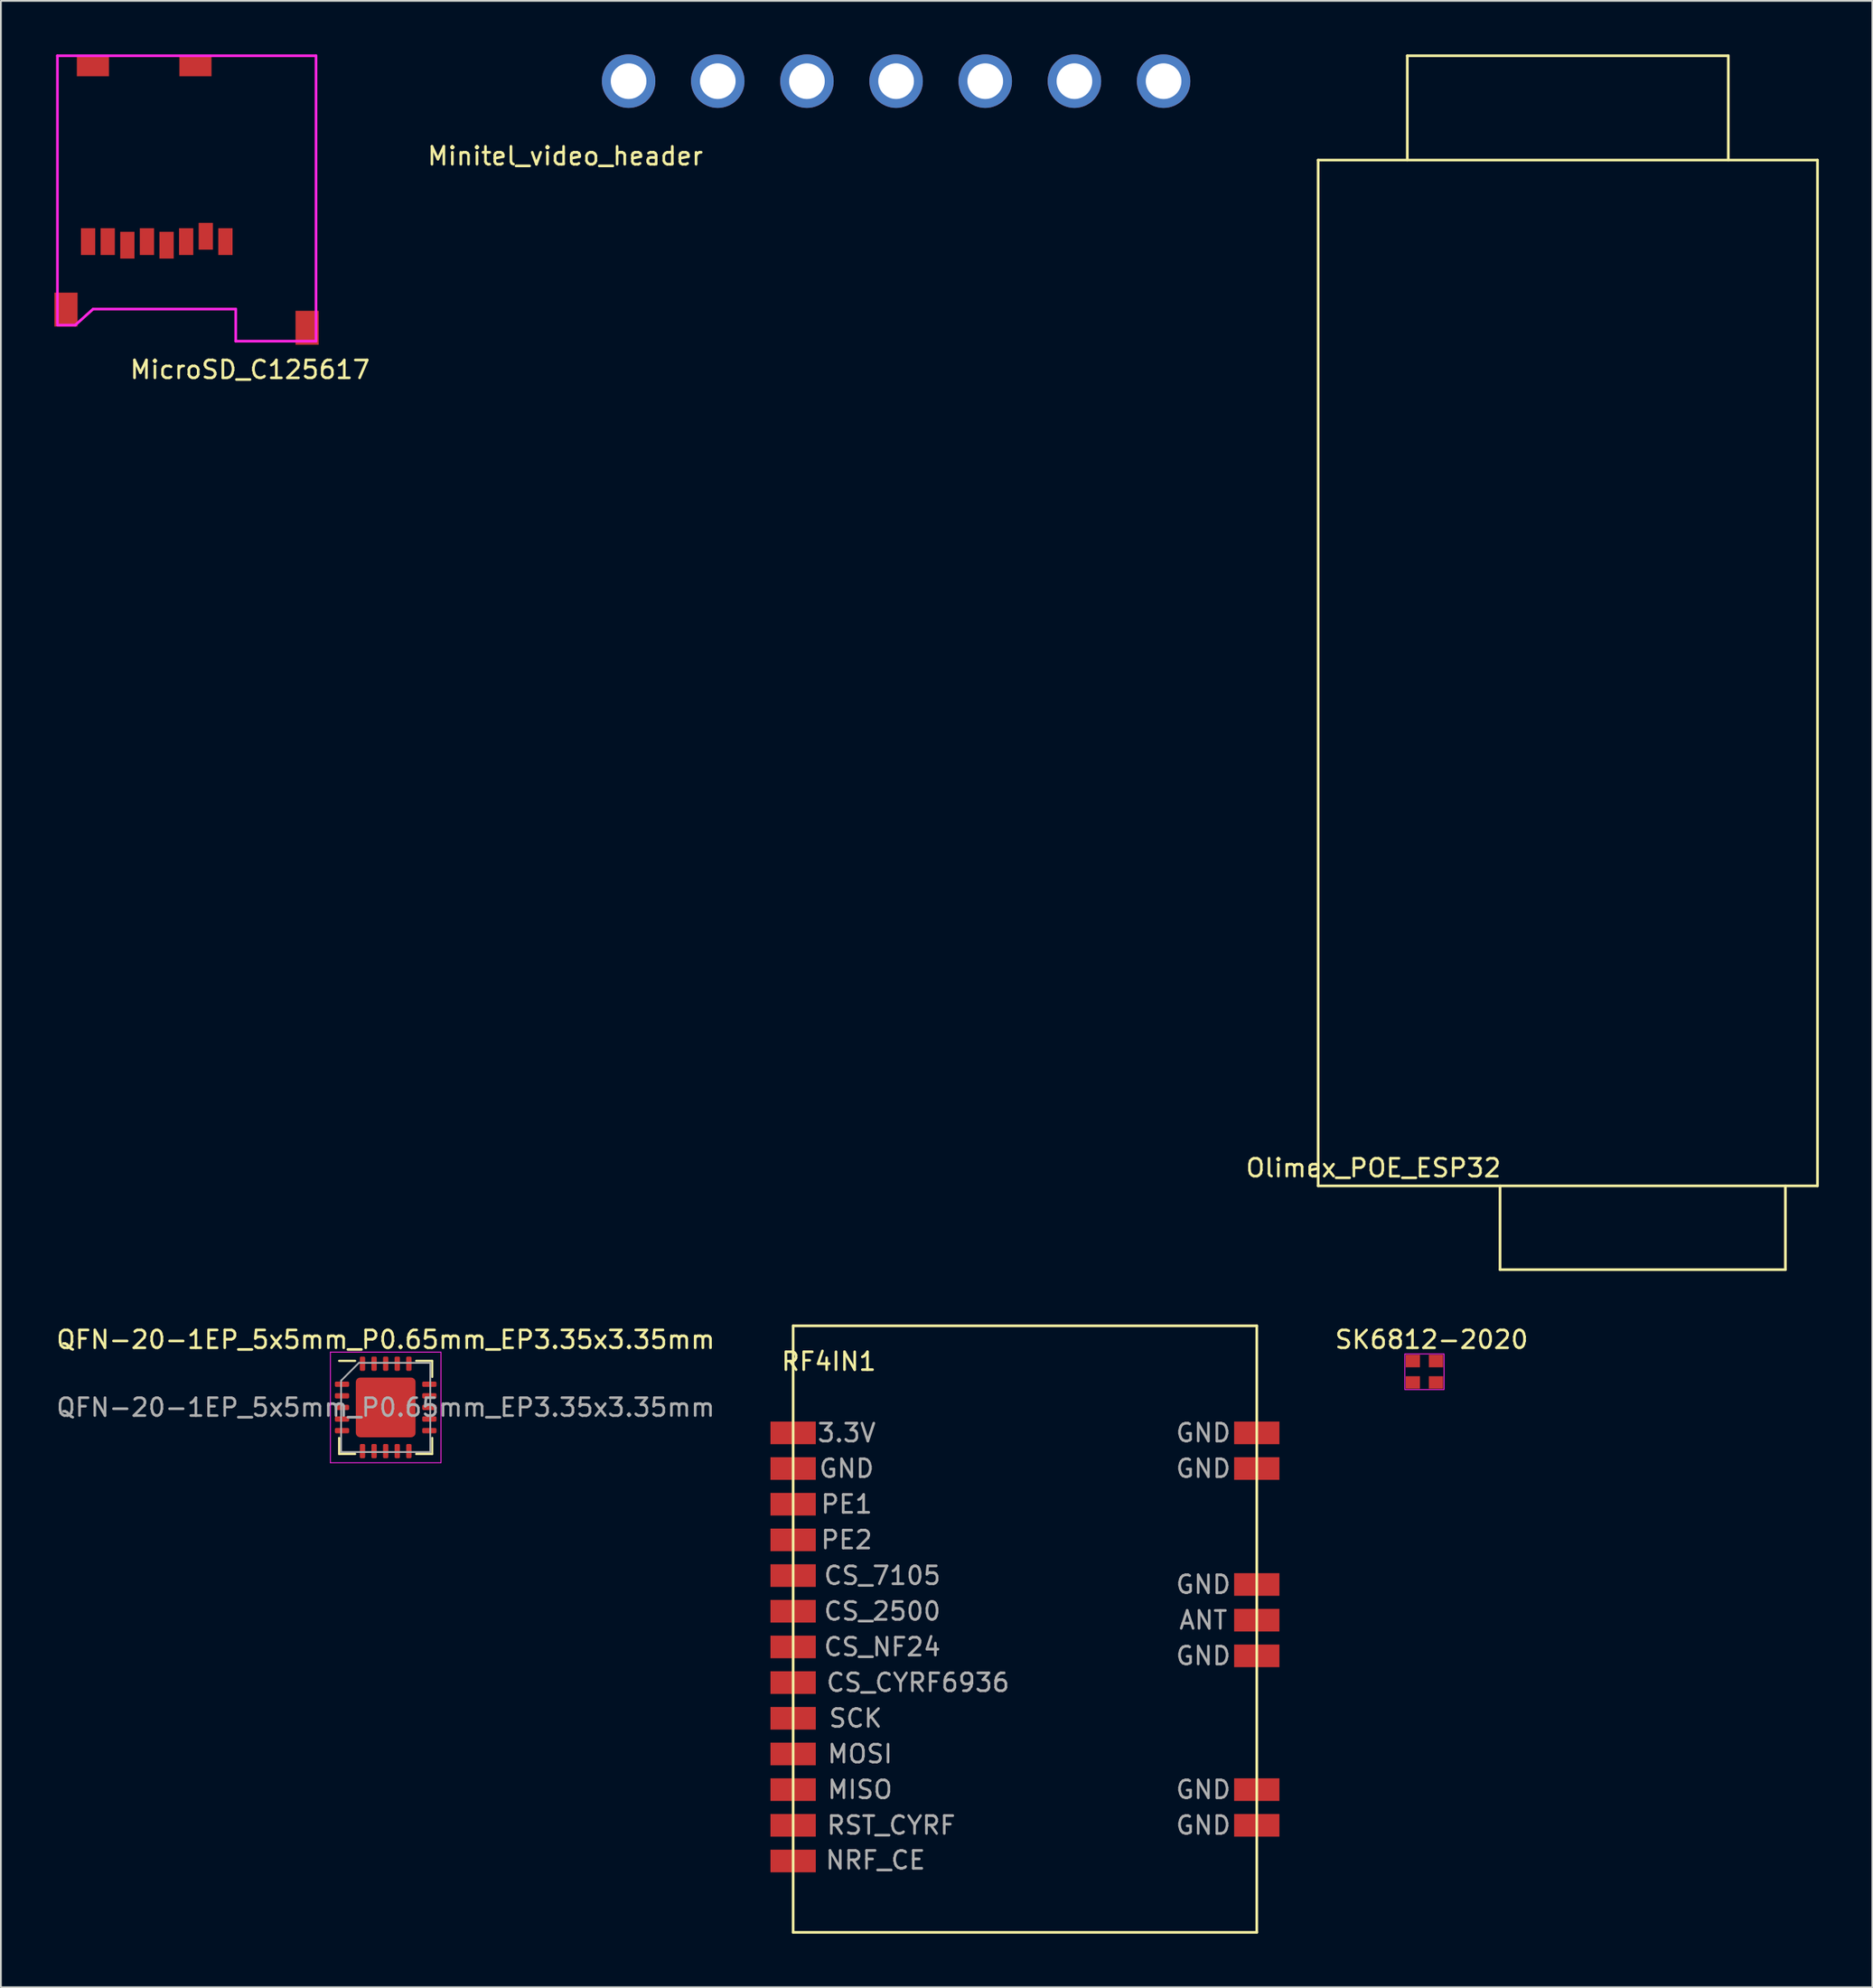
<source format=kicad_pcb>
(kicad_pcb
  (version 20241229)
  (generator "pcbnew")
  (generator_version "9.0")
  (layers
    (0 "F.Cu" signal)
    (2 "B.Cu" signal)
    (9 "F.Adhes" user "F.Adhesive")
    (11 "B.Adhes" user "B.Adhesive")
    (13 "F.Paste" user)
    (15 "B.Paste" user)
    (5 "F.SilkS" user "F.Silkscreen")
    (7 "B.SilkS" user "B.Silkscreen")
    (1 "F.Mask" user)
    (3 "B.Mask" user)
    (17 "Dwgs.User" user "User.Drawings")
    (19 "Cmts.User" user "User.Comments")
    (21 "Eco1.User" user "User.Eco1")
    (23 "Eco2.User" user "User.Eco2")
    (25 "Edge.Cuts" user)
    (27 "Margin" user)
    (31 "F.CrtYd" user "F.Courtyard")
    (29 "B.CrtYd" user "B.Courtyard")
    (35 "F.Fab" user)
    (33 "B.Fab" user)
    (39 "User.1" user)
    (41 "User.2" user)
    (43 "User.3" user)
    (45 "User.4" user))
  (footprint "Minitel_video_header"
    (layer "F.Cu")
    (at 32.199 1.5)
    (property "Reference" "Minitel_video_header" (at -3.55 4.2 0) (layer "F.SilkS") (effects (font (size 1 1) (thickness 0.15))))
    (attr through_hole)
    (pad "1" thru_hole circle (at 0 0) (size 3 3) (drill 2) (layers "*.Cu" "*.Mask"))
    (pad "2" thru_hole circle (at 5 0) (size 3 3) (drill 2) (layers "*.Cu" "*.Mask"))
    (pad "3" thru_hole circle (at 10 0) (size 3 3) (drill 2) (layers "*.Cu" "*.Mask"))
    (pad "4" thru_hole circle (at 15 0) (size 3 3) (drill 2) (layers "*.Cu" "*.Mask"))
    (pad "5" thru_hole circle (at 20 0) (size 3 3) (drill 2) (layers "*.Cu" "*.Mask"))
    (pad "6" thru_hole circle (at 25 0) (size 3 3) (drill 2) (layers "*.Cu" "*.Mask"))
    (pad "7" thru_hole circle (at 30 0) (size 3 3) (drill 2) (layers "*.Cu" "*.Mask")))
  (footprint "RF4IN1"
    (layer "F.Cu")
    (at 54.425 88.275)
    (property "Reference" "RF4IN1" (at -11 -15 0) (layer "F.SilkS") (effects (font (size 1 1) (thickness 0.15))))
    (attr through_hole)
    (fp_line (start -13 -17) (end 13 -17) (stroke (width 0.15) (type solid)) (layer "F.SilkS"))
    (fp_line (start -13 17) (end -13 -17) (stroke (width 0.15) (type solid)) (layer "F.SilkS"))
    (fp_line (start 13 -17) (end 13 17) (stroke (width 0.15) (type solid)) (layer "F.SilkS"))
    (fp_line (start 13 17) (end -13 17) (stroke (width 0.15) (type solid)) (layer "F.SilkS"))
    (fp_text user "GND" (at 10 1.5 0) (layer "F.Fab") (effects (font (size 1 1) (thickness 0.15))))
    (fp_text user "RST_CYRF" (at -7.5 11 0) (layer "F.Fab") (effects (font (size 1 1) (thickness 0.15))))
    (fp_text user "ANT" (at 10 -0.5 0) (layer "F.Fab") (effects (font (size 1 1) (thickness 0.15))))
    (fp_text user "MISO" (at -9.25 9 0) (layer "F.Fab") (effects (font (size 1 1) (thickness 0.15))))
    (fp_text user "CS_7105" (at -8 -3 0) (layer "F.Fab") (effects (font (size 1 1) (thickness 0.15))))
    (fp_text user "PE2" (at -10 -5 0) (layer "F.Fab") (effects (font (size 1 1) (thickness 0.15))))
    (fp_text user "3.3V" (at -10 -11 0) (layer "F.Fab") (effects (font (size 1 1) (thickness 0.15))))
    (fp_text user "GND" (at 10 -11 0) (layer "F.Fab") (effects (font (size 1 1) (thickness 0.15))))
    (fp_text user "CS_CYRF6936" (at -6 3 0) (layer "F.Fab") (effects (font (size 1 1) (thickness 0.15))))
    (fp_text user "GND" (at 10 9 0) (layer "F.Fab") (effects (font (size 1 1) (thickness 0.15))))
    (fp_text user "GND" (at 10 11 0) (layer "F.Fab") (effects (font (size 1 1) (thickness 0.15))))
    (fp_text user "GND" (at 10 -9 0) (layer "F.Fab") (effects (font (size 1 1) (thickness 0.15))))
    (fp_text user "SCK" (at -9.5 5 0) (layer "F.Fab") (effects (font (size 1 1) (thickness 0.15))))
    (fp_text user "CS_NF24" (at -8 1 0) (layer "F.Fab") (effects (font (size 1 1) (thickness 0.15))))
    (fp_text user "PE1" (at -10 -7 0) (layer "F.Fab") (effects (font (size 1 1) (thickness 0.15))))
    (fp_text user "GND" (at 10 -2.5 0) (layer "F.Fab") (effects (font (size 1 1) (thickness 0.15))))
    (fp_text user "MOSI" (at -9.25 7 0) (layer "F.Fab") (effects (font (size 1 1) (thickness 0.15))))
    (fp_text user "GND" (at -10 -9 0) (layer "F.Fab") (effects (font (size 1 1) (thickness 0.15))))
    (fp_text user "NRF_CE" (at -8.382 12.954 0) (layer "F.Fab") (effects (font (size 1 1) (thickness 0.15))))
    (fp_text user "CS_2500" (at -8 -1 0) (layer "F.Fab") (effects (font (size 1 1) (thickness 0.15))))
    (pad "1" smd rect (at -13 -11) (size 2.54 1.27) (layers "F.Cu" "F.Mask" "F.Paste"))
    (pad "2" smd rect (at -13 -9) (size 2.54 1.27) (layers "F.Cu" "F.Mask" "F.Paste"))
    (pad "3" smd rect (at -13 -7) (size 2.54 1.27) (layers "F.Cu" "F.Mask" "F.Paste"))
    (pad "4" smd rect (at -13 -5) (size 2.54 1.27) (layers "F.Cu" "F.Mask" "F.Paste"))
    (pad "5" smd rect (at -13 -3) (size 2.54 1.27) (layers "F.Cu" "F.Mask" "F.Paste"))
    (pad "6" smd rect (at -13 -1) (size 2.54 1.27) (layers "F.Cu" "F.Mask" "F.Paste"))
    (pad "7" smd rect (at -13 1) (size 2.54 1.27) (layers "F.Cu" "F.Mask" "F.Paste"))
    (pad "8" smd rect (at -13 3) (size 2.54 1.27) (layers "F.Cu" "F.Mask" "F.Paste"))
    (pad "9" smd rect (at -13 5) (size 2.54 1.27) (layers "F.Cu" "F.Mask" "F.Paste"))
    (pad "10" smd rect (at -13 7) (size 2.54 1.27) (layers "F.Cu" "F.Mask" "F.Paste"))
    (pad "11" smd rect (at -13 9) (size 2.54 1.27) (layers "F.Cu" "F.Mask" "F.Paste"))
    (pad "12" smd rect (at -13 11) (size 2.54 1.27) (layers "F.Cu" "F.Mask" "F.Paste"))
    (pad "13" smd rect (at 13 -11) (size 2.54 1.27) (layers "F.Cu" "F.Mask" "F.Paste"))
    (pad "14" smd rect (at 13 -9) (size 2.54 1.27) (layers "F.Cu" "F.Mask" "F.Paste"))
    (pad "15" smd rect (at 13 -2.5) (size 2.54 1.27) (layers "F.Cu" "F.Mask" "F.Paste"))
    (pad "16" smd rect (at 13 -0.5) (size 2.54 1.27) (layers "F.Cu" "F.Mask" "F.Paste"))
    (pad "17" smd rect (at 13 1.5) (size 2.54 1.27) (layers "F.Cu" "F.Mask" "F.Paste"))
    (pad "18" smd rect (at 13 9) (size 2.54 1.27) (layers "F.Cu" "F.Mask" "F.Paste"))
    (pad "19" smd rect (at 13 11) (size 2.54 1.27) (layers "F.Cu" "F.Mask" "F.Paste"))
    (pad "20" smd rect (at -13 13) (size 2.54 1.27) (layers "F.Cu" "F.Mask" "F.Paste")))
  (footprint "SK6812-2020"
    (layer "F.Cu")
    (at 76.825 73.848)
    (property "Reference" "SK6812-2020" (at 0.4 -1.8 0) (unlocked yes) (layer "F.SilkS") (effects (font (size 1 1) (thickness 0.15))))
    (fp_rect (start -1.1 -1) (end 1.1 1) (stroke (width 0.05) (type solid)) (fill no) (layer "F.CrtYd"))
    (pad "1" smd rect (at 0.65 0.6) (size 0.8 0.7) (layers "F.Cu" "F.Mask" "F.Paste"))
    (pad "2" smd rect (at 0.65 -0.6) (size 0.8 0.7) (layers "F.Cu" "F.Mask" "F.Paste"))
    (pad "3" smd rect (at -0.65 -0.6) (size 0.8 0.7) (layers "F.Cu" "F.Mask" "F.Paste"))
    (pad "4" smd rect (at -0.65 0.6) (size 0.8 0.7) (layers "F.Cu" "F.Mask" "F.Paste")))
  (footprint "Olimex_POE_ESP32"
    (layer "F.Cu")
    (at 84.866 34.675)
    (property "Reference" "Olimex_POE_ESP32" (at -10.9 27.75 0) (layer "F.SilkS") (effects (font (size 1 1) (thickness 0.15))))
    (attr through_hole)
    (fp_line (start -14 -28.752) (end -14 28.752) (stroke (width 0.15) (type solid)) (layer "F.SilkS"))
    (fp_line (start -14 -28.752) (end 14 -28.752) (stroke (width 0.15) (type solid)) (layer "F.SilkS"))
    (fp_line (start -14 28.752) (end 14 28.752) (stroke (width 0.15) (type solid)) (layer "F.SilkS"))
    (fp_line (start -9 -34.6) (end 9 -34.6) (stroke (width 0.15) (type solid)) (layer "F.SilkS"))
    (fp_line (start -9 -28.75) (end -9 -34.6) (stroke (width 0.15) (type solid)) (layer "F.SilkS"))
    (fp_line (start -3.8 33.45) (end -3.8 28.75) (stroke (width 0.15) (type solid)) (layer "F.SilkS"))
    (fp_line (start 9 -34.6) (end 9 -28.75) (stroke (width 0.15) (type solid)) (layer "F.SilkS"))
    (fp_line (start 12.2 33.45) (end -3.8 33.45) (stroke (width 0.15) (type solid)) (layer "F.SilkS"))
    (fp_line (start 12.2 33.45) (end 12.2 28.75) (stroke (width 0.15) (type solid)) (layer "F.SilkS"))
    (fp_line (start 14 -28.752) (end 14 28.752) (stroke (width 0.15) (type solid)) (layer "F.SilkS")))
  (footprint "MicroSD_C125617"
    (layer "F.Cu")
    (at 14.17 16.275)
    (property "Reference" "MicroSD_C125617" (at -3.2 1.4 0) (layer "F.SilkS") (effects (font (size 1 1) (thickness 0.15))))
    (attr through_hole)
    (fp_line (start -14 -16.2) (end -14 -1.2) (stroke (width 0.15) (type solid)) (layer "F.CrtYd"))
    (fp_line (start -14 -1.1) (end -13 -1.1) (stroke (width 0.15) (type solid)) (layer "F.CrtYd"))
    (fp_line (start -13 -1.1) (end -12 -2) (stroke (width 0.15) (type solid)) (layer "F.CrtYd"))
    (fp_line (start -12 -2) (end -4 -2) (stroke (width 0.15) (type solid)) (layer "F.CrtYd"))
    (fp_line (start -4 -2) (end -4 -0.2) (stroke (width 0.15) (type solid)) (layer "F.CrtYd"))
    (fp_line (start -4 -0.2) (end 0.5 -0.2) (stroke (width 0.15) (type solid)) (layer "F.CrtYd"))
    (fp_line (start 0.5 -16.2) (end -14 -16.2) (stroke (width 0.15) (type solid)) (layer "F.CrtYd"))
    (fp_line (start 0.5 -0.2) (end 0.5 -16.2) (stroke (width 0.15) (type solid)) (layer "F.CrtYd"))
    (pad "1" smd rect (at -4.58 -5.78) (size 0.8 1.5) (layers "F.Cu" "F.Mask" "F.Paste"))
    (pad "2" smd rect (at -5.68 -6.08) (size 0.8 1.5) (layers "F.Cu" "F.Mask" "F.Paste"))
    (pad "3" smd rect (at -6.78 -5.78) (size 0.8 1.5) (layers "F.Cu" "F.Mask" "F.Paste"))
    (pad "4" smd rect (at -7.88 -5.58) (size 0.8 1.5) (layers "F.Cu" "F.Mask" "F.Paste"))
    (pad "5" smd rect (at -8.98 -5.78) (size 0.8 1.5) (layers "F.Cu" "F.Mask" "F.Paste"))
    (pad "6" smd rect (at -10.08 -5.58) (size 0.8 1.5) (layers "F.Cu" "F.Mask" "F.Paste"))
    (pad "7" smd rect (at -11.18 -5.78) (size 0.8 1.5) (layers "F.Cu" "F.Mask" "F.Paste"))
    (pad "8" smd rect (at -12.28 -5.78) (size 0.8 1.5) (layers "F.Cu" "F.Mask" "F.Paste"))
    (pad "9" smd rect (at -13.52 -1.97) (size 1.3 1.9) (layers "F.Cu" "F.Mask" "F.Paste"))
    (pad "9" smd rect (at -12.01 -15.65) (size 1.8 1.2) (layers "F.Cu" "F.Mask" "F.Paste"))
    (pad "9" smd rect (at -6.26 -15.65) (size 1.8 1.2) (layers "F.Cu" "F.Mask" "F.Paste"))
    (pad "9" smd rect (at 0 -0.95) (size 1.3 1.9) (layers "F.Cu" "F.Mask" "F.Paste")))
  (footprint "QFN-20-1EP_5x5mm_P0.65mm_EP3.35x3.35mm"
    (layer "F.Cu")
    (at 18.577 75.848)
    (property "Reference" "QFN-20-1EP_5x5mm_P0.65mm_EP3.35x3.35mm" (at 0 -3.8 0) (layer "F.SilkS") (effects (font (size 1 1) (thickness 0.15))))
    (attr smd)
    (fp_line (start -2.61 2.61) (end -2.61 1.71) (stroke (width 0.12) (type solid)) (layer "F.SilkS"))
    (fp_line (start -1.71 -2.61) (end -2.61 -2.61) (stroke (width 0.12) (type solid)) (layer "F.SilkS"))
    (fp_line (start -1.71 2.61) (end -2.61 2.61) (stroke (width 0.12) (type solid)) (layer "F.SilkS"))
    (fp_line (start 1.71 -2.61) (end 2.61 -2.61) (stroke (width 0.12) (type solid)) (layer "F.SilkS"))
    (fp_line (start 1.71 2.61) (end 2.61 2.61) (stroke (width 0.12) (type solid)) (layer "F.SilkS"))
    (fp_line (start 2.61 -2.61) (end 2.61 -1.71) (stroke (width 0.12) (type solid)) (layer "F.SilkS"))
    (fp_line (start 2.61 2.61) (end 2.61 1.71) (stroke (width 0.12) (type solid)) (layer "F.SilkS"))
    (fp_line (start -3.1 -3.1) (end -3.1 3.1) (stroke (width 0.05) (type solid)) (layer "F.CrtYd"))
    (fp_line (start -3.1 3.1) (end 3.1 3.1) (stroke (width 0.05) (type solid)) (layer "F.CrtYd"))
    (fp_line (start 3.1 -3.1) (end -3.1 -3.1) (stroke (width 0.05) (type solid)) (layer "F.CrtYd"))
    (fp_line (start 3.1 3.1) (end 3.1 -3.1) (stroke (width 0.05) (type solid)) (layer "F.CrtYd"))
    (fp_line (start -2.5 -1.5) (end -1.5 -2.5) (stroke (width 0.1) (type solid)) (layer "F.Fab"))
    (fp_line (start -2.5 2.5) (end -2.5 -1.5) (stroke (width 0.1) (type solid)) (layer "F.Fab"))
    (fp_line (start -1.5 -2.5) (end 2.5 -2.5) (stroke (width 0.1) (type solid)) (layer "F.Fab"))
    (fp_line (start 2.5 -2.5) (end 2.5 2.5) (stroke (width 0.1) (type solid)) (layer "F.Fab"))
    (fp_line (start 2.5 2.5) (end -2.5 2.5) (stroke (width 0.1) (type solid)) (layer "F.Fab"))
    (fp_text user "${REFERENCE}" (at 0 0 0) (layer "F.Fab") (effects (font (size 1 1) (thickness 0.15))))
    (pad "" smd roundrect (at -0.84 -0.84) (size 1.35 1.35) (layers "F.Paste") (roundrect_rratio 0.185))
    (pad "" smd roundrect (at -0.84 0.84) (size 1.35 1.35) (layers "F.Paste") (roundrect_rratio 0.185))
    (pad "" smd roundrect (at 0.84 -0.84) (size 1.35 1.35) (layers "F.Paste") (roundrect_rratio 0.185))
    (pad "" smd roundrect (at 0.84 0.84) (size 1.35 1.35) (layers "F.Paste") (roundrect_rratio 0.185))
    (pad "1" smd roundrect (at -2.45 -1.3) (size 0.8 0.3) (layers "F.Cu" "F.Mask" "F.Paste") (roundrect_rratio 0.25))
    (pad "2" smd roundrect (at -2.45 -0.65) (size 0.8 0.3) (layers "F.Cu" "F.Mask" "F.Paste") (roundrect_rratio 0.25))
    (pad "3" smd roundrect (at -2.45 0) (size 0.8 0.3) (layers "F.Cu" "F.Mask" "F.Paste") (roundrect_rratio 0.25))
    (pad "4" smd roundrect (at -2.45 0.65) (size 0.8 0.3) (layers "F.Cu" "F.Mask" "F.Paste") (roundrect_rratio 0.25))
    (pad "5" smd roundrect (at -2.45 1.3) (size 0.8 0.3) (layers "F.Cu" "F.Mask" "F.Paste") (roundrect_rratio 0.25))
    (pad "6" smd roundrect (at -1.3 2.45) (size 0.3 0.8) (layers "F.Cu" "F.Mask" "F.Paste") (roundrect_rratio 0.25))
    (pad "7" smd roundrect (at -0.65 2.45) (size 0.3 0.8) (layers "F.Cu" "F.Mask" "F.Paste") (roundrect_rratio 0.25))
    (pad "8" smd roundrect (at 0 2.45) (size 0.3 0.8) (layers "F.Cu" "F.Mask" "F.Paste") (roundrect_rratio 0.25))
    (pad "9" smd roundrect (at 0.65 2.45) (size 0.3 0.8) (layers "F.Cu" "F.Mask" "F.Paste") (roundrect_rratio 0.25))
    (pad "10" smd roundrect (at 1.3 2.45) (size 0.3 0.8) (layers "F.Cu" "F.Mask" "F.Paste") (roundrect_rratio 0.25))
    (pad "11" smd roundrect (at 2.45 1.3) (size 0.8 0.3) (layers "F.Cu" "F.Mask" "F.Paste") (roundrect_rratio 0.25))
    (pad "12" smd roundrect (at 2.45 0.65) (size 0.8 0.3) (layers "F.Cu" "F.Mask" "F.Paste") (roundrect_rratio 0.25))
    (pad "13" smd roundrect (at 2.45 0) (size 0.8 0.3) (layers "F.Cu" "F.Mask" "F.Paste") (roundrect_rratio 0.25))
    (pad "14" smd roundrect (at 2.45 -0.65) (size 0.8 0.3) (layers "F.Cu" "F.Mask" "F.Paste") (roundrect_rratio 0.25))
    (pad "15" smd roundrect (at 2.45 -1.3) (size 0.8 0.3) (layers "F.Cu" "F.Mask" "F.Paste") (roundrect_rratio 0.25))
    (pad "16" smd roundrect (at 1.3 -2.45) (size 0.3 0.8) (layers "F.Cu" "F.Mask" "F.Paste") (roundrect_rratio 0.25))
    (pad "17" smd roundrect (at 0.65 -2.45) (size 0.3 0.8) (layers "F.Cu" "F.Mask" "F.Paste") (roundrect_rratio 0.25))
    (pad "18" smd roundrect (at 0 -2.45) (size 0.3 0.8) (layers "F.Cu" "F.Mask" "F.Paste") (roundrect_rratio 0.25))
    (pad "19" smd roundrect (at -0.65 -2.45) (size 0.3 0.8) (layers "F.Cu" "F.Mask" "F.Paste") (roundrect_rratio 0.25))
    (pad "20" smd roundrect (at -1.3 -2.45) (size 0.3 0.8) (layers "F.Cu" "F.Mask" "F.Paste") (roundrect_rratio 0.25))
    (pad "21" smd roundrect (at 0 0) (size 3.35 3.35) (layers "F.Cu" "F.Mask") (roundrect_rratio 0.075)))
  (gr_rect
    (start -3 -3)
    (end 101.941 108.35)
    (stroke (width 0.1) (type default))
    (fill no)
    (layer "Edge.Cuts")))
</source>
